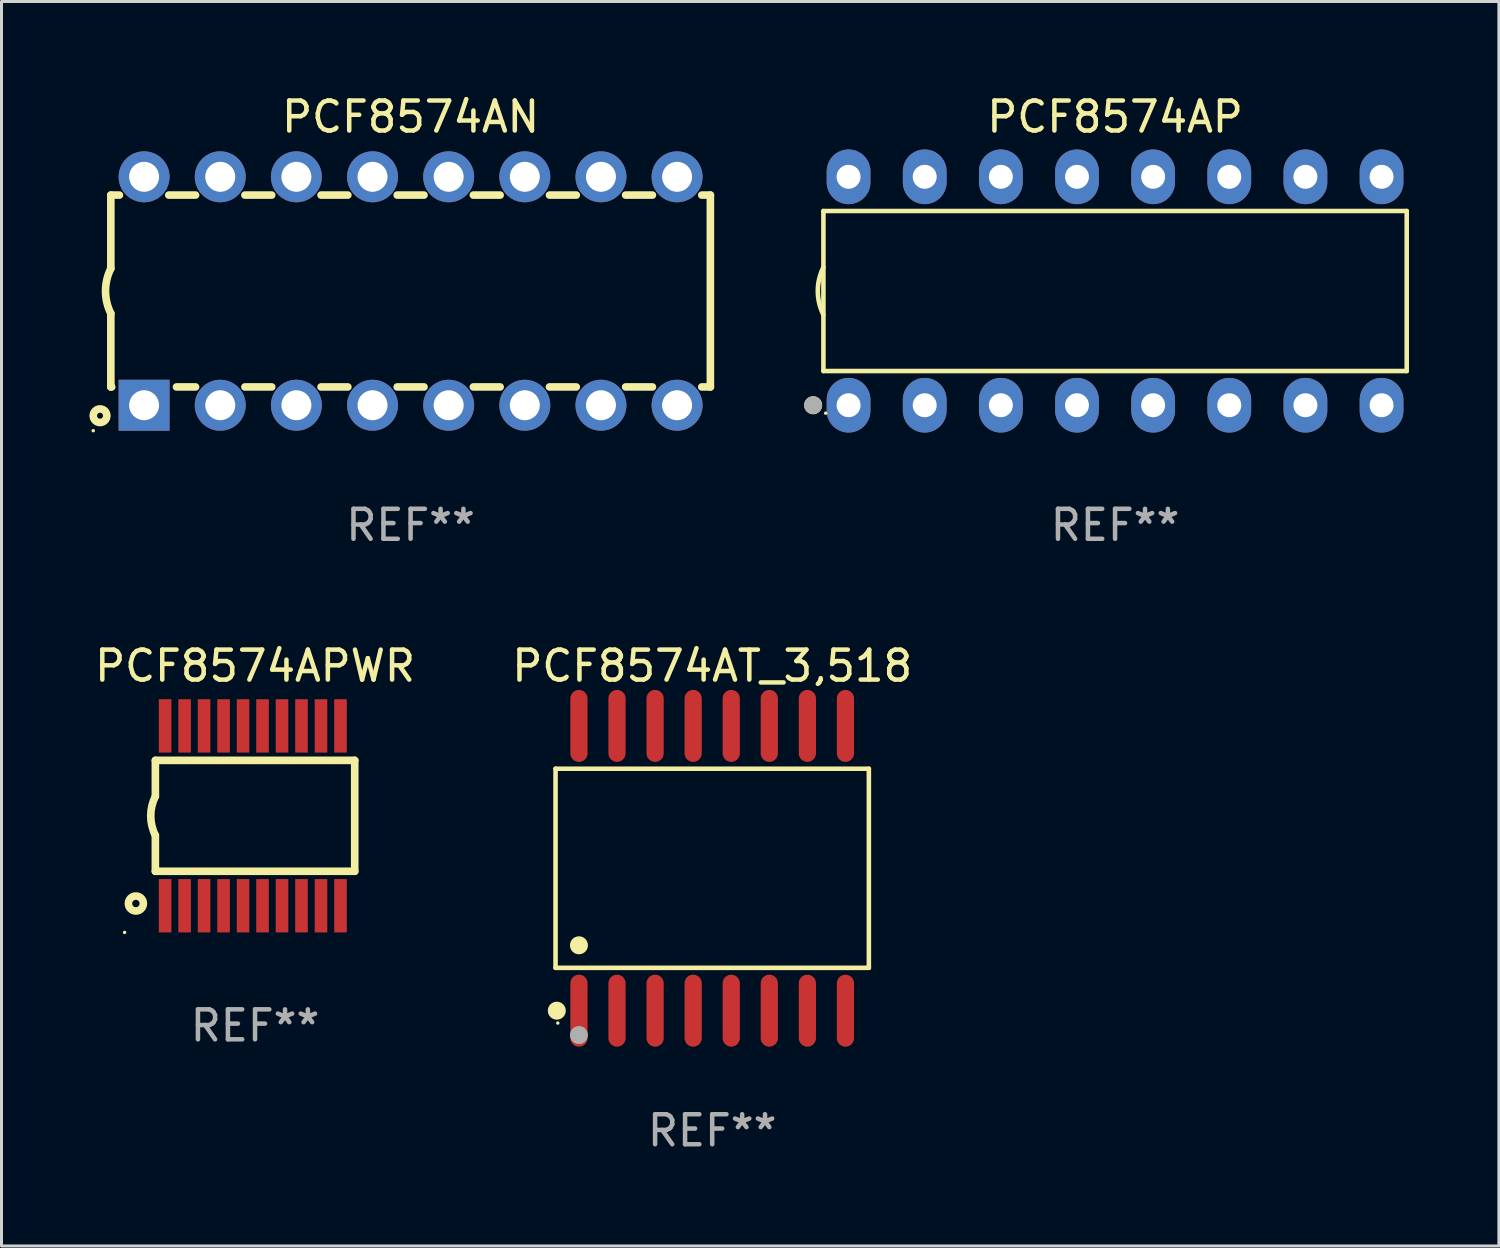
<source format=kicad_pcb>
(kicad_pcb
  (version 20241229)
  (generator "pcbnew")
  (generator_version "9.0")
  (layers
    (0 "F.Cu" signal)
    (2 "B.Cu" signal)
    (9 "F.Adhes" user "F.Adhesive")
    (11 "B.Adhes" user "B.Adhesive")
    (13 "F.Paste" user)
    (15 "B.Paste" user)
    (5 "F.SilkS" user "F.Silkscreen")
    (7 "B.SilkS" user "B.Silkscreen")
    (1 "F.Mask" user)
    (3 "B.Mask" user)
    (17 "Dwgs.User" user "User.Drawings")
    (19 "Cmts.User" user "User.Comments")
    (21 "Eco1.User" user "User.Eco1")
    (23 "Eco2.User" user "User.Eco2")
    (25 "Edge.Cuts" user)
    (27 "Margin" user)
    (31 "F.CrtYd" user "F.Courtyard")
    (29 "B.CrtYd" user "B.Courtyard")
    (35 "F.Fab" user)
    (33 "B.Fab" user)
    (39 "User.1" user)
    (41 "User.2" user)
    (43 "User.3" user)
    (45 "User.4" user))
  (footprint "PCF8574AP"
    (layer "F.Cu")
    (at 34.147 6.658)
    (property "Reference" "PCF8574AP" (at 0 -5.81 0) (layer "F.SilkS") (effects (font (size 1 1) (thickness 0.15))))
    (attr through_hole)
    (fp_line (start -9.729 -2.669) (end 9.729 -2.669) (stroke (width 0.152) (type solid)) (layer "F.SilkS"))
    (fp_line (start -9.729 2.669) (end -9.729 -2.669) (stroke (width 0.152) (type solid)) (layer "F.SilkS"))
    (fp_line (start 9.729 -2.669) (end 9.729 2.669) (stroke (width 0.152) (type solid)) (layer "F.SilkS"))
    (fp_line (start 9.729 2.669) (end -9.729 2.669) (stroke (width 0.152) (type solid)) (layer "F.SilkS"))
    (fp_arc (start -9.728727 0.793751) (mid -9.916106 0) (end -9.728727 -0.793752) (stroke (width 0.1524) (type solid)) (layer "F.SilkS"))
    (fp_circle (center -10.072 3.81) (end -9.922 3.81) (stroke (width 0.3) (type solid)) (fill no) (layer "F.SilkS"))
    (fp_circle (center -9.653 4.075) (end -9.623 4.075) (stroke (width 0.06) (type solid)) (fill no) (layer "F.SilkS"))
    (fp_circle (center -10.072 3.81) (end -9.922 3.81) (stroke (width 0.3) (type solid)) (fill no) (layer "F.Fab"))
    (fp_text user "REF**" (at 0 7.81 0) (layer "F.Fab") (effects (font (size 1 1) (thickness 0.15))))
    (pad "1" thru_hole oval (at -8.89 3.81) (size 1.46 1.825) (drill 0.8) (layers "*.Cu" "*.Mask"))
    (pad "2" thru_hole oval (at -6.35 3.81) (size 1.46 1.825) (drill 0.8) (layers "*.Cu" "*.Mask"))
    (pad "3" thru_hole oval (at -3.81 3.81) (size 1.46 1.825) (drill 0.8) (layers "*.Cu" "*.Mask"))
    (pad "4" thru_hole oval (at -1.27 3.81) (size 1.46 1.825) (drill 0.8) (layers "*.Cu" "*.Mask"))
    (pad "5" thru_hole oval (at 1.27 3.81) (size 1.46 1.825) (drill 0.8) (layers "*.Cu" "*.Mask"))
    (pad "6" thru_hole oval (at 3.81 3.81) (size 1.46 1.825) (drill 0.8) (layers "*.Cu" "*.Mask"))
    (pad "7" thru_hole oval (at 6.35 3.81) (size 1.46 1.825) (drill 0.8) (layers "*.Cu" "*.Mask"))
    (pad "8" thru_hole oval (at 8.89 3.81) (size 1.46 1.825) (drill 0.8) (layers "*.Cu" "*.Mask"))
    (pad "9" thru_hole oval (at 8.89 -3.81) (size 1.46 1.825) (drill 0.8) (layers "*.Cu" "*.Mask"))
    (pad "10" thru_hole oval (at 6.35 -3.81) (size 1.46 1.825) (drill 0.8) (layers "*.Cu" "*.Mask"))
    (pad "11" thru_hole oval (at 3.81 -3.81) (size 1.46 1.825) (drill 0.8) (layers "*.Cu" "*.Mask"))
    (pad "12" thru_hole oval (at 1.27 -3.81) (size 1.46 1.825) (drill 0.8) (layers "*.Cu" "*.Mask"))
    (pad "13" thru_hole oval (at -1.27 -3.81) (size 1.46 1.825) (drill 0.8) (layers "*.Cu" "*.Mask"))
    (pad "14" thru_hole oval (at -3.81 -3.81) (size 1.46 1.825) (drill 0.8) (layers "*.Cu" "*.Mask"))
    (pad "15" thru_hole oval (at -6.35 -3.81) (size 1.46 1.825) (drill 0.8) (layers "*.Cu" "*.Mask"))
    (pad "16" thru_hole oval (at -8.89 -3.81) (size 1.46 1.825) (drill 0.8) (layers "*.Cu" "*.Mask")))
  (footprint "PCF8574AN"
    (layer "F.Cu")
    (at 10.647 6.658)
    (property "Reference" "PCF8574AN" (at 0 -5.81 0) (layer "F.SilkS") (effects (font (size 1 1) (thickness 0.15))))
    (attr through_hole)
    (fp_line (start -10 -3.2) (end -10 -0.75) (stroke (width 0.254) (type solid)) (layer "F.SilkS"))
    (fp_line (start -10 -3.2) (end -9.713 -3.2) (stroke (width 0.254) (type solid)) (layer "F.SilkS"))
    (fp_line (start -10 3.2) (end -10 0.75) (stroke (width 0.254) (type solid)) (layer "F.SilkS"))
    (fp_line (start -10 3.2) (end -9.971 3.2) (stroke (width 0.254) (type solid)) (layer "F.SilkS"))
    (fp_line (start -8.067 -3.2) (end -7.173 -3.2) (stroke (width 0.254) (type solid)) (layer "F.SilkS"))
    (fp_line (start -7.809 3.2) (end -7.173 3.2) (stroke (width 0.254) (type solid)) (layer "F.SilkS"))
    (fp_line (start -5.527 3.2) (end -4.633 3.2) (stroke (width 0.254) (type solid)) (layer "F.SilkS"))
    (fp_line (start -5.527 -3.2) (end -4.633 -3.2) (stroke (width 0.254) (type solid)) (layer "F.SilkS"))
    (fp_line (start -2.987 3.2) (end -2.093 3.2) (stroke (width 0.254) (type solid)) (layer "F.SilkS"))
    (fp_line (start -2.987 -3.2) (end -2.093 -3.2) (stroke (width 0.254) (type solid)) (layer "F.SilkS"))
    (fp_line (start -0.447 3.2) (end 0.447 3.2) (stroke (width 0.254) (type solid)) (layer "F.SilkS"))
    (fp_line (start -0.447 -3.2) (end 0.447 -3.2) (stroke (width 0.254) (type solid)) (layer "F.SilkS"))
    (fp_line (start 2.093 3.2) (end 2.987 3.2) (stroke (width 0.254) (type solid)) (layer "F.SilkS"))
    (fp_line (start 2.093 -3.2) (end 2.987 -3.2) (stroke (width 0.254) (type solid)) (layer "F.SilkS"))
    (fp_line (start 4.633 3.2) (end 5.527 3.2) (stroke (width 0.254) (type solid)) (layer "F.SilkS"))
    (fp_line (start 4.633 -3.2) (end 5.527 -3.2) (stroke (width 0.254) (type solid)) (layer "F.SilkS"))
    (fp_line (start 7.173 3.2) (end 8.067 3.2) (stroke (width 0.254) (type solid)) (layer "F.SilkS"))
    (fp_line (start 7.173 -3.2) (end 8.067 -3.2) (stroke (width 0.254) (type solid)) (layer "F.SilkS"))
    (fp_line (start 9.713 3.2) (end 10 3.2) (stroke (width 0.254) (type solid)) (layer "F.SilkS"))
    (fp_line (start 9.713 -3.2) (end 10 -3.2) (stroke (width 0.254) (type solid)) (layer "F.SilkS"))
    (fp_line (start 10 -3.2) (end 10 3.2) (stroke (width 0.254) (type solid)) (layer "F.SilkS"))
    (fp_arc (start -10 0.748793) (mid -10.176918 -0.000607) (end -10.000025 -0.750013) (stroke (width 0.254001) (type solid)) (layer "F.SilkS"))
    (fp_circle (center -10.587 4.66) (end -10.557 4.66) (stroke (width 0.06) (type solid)) (fill no) (layer "F.SilkS"))
    (fp_circle (center -10.36 4.16) (end -10.26 4.16) (stroke (width 0.254) (type solid)) (fill no) (layer "F.SilkS"))
    (fp_text user "REF**" (at 0 7.81 0) (layer "F.Fab") (effects (font (size 1 1) (thickness 0.15))))
    (pad "1" thru_hole rect (at -8.89 3.81 90) (size 1.7 1.7) (drill 1) (layers "*.Cu" "*.Mask"))
    (pad "2" thru_hole circle (at -6.35 3.81) (size 1.7 1.7) (drill 1) (layers "*.Cu" "*.Mask"))
    (pad "3" thru_hole circle (at -3.81 3.81) (size 1.7 1.7) (drill 1) (layers "*.Cu" "*.Mask"))
    (pad "4" thru_hole circle (at -1.27 3.81) (size 1.7 1.7) (drill 1) (layers "*.Cu" "*.Mask"))
    (pad "5" thru_hole circle (at 1.27 3.81) (size 1.7 1.7) (drill 1) (layers "*.Cu" "*.Mask"))
    (pad "6" thru_hole circle (at 3.81 3.81) (size 1.7 1.7) (drill 1) (layers "*.Cu" "*.Mask"))
    (pad "7" thru_hole circle (at 6.35 3.81) (size 1.7 1.7) (drill 1) (layers "*.Cu" "*.Mask"))
    (pad "8" thru_hole circle (at 8.89 3.81) (size 1.7 1.7) (drill 1) (layers "*.Cu" "*.Mask"))
    (pad "9" thru_hole circle (at 8.89 -3.81) (size 1.7 1.7) (drill 1) (layers "*.Cu" "*.Mask"))
    (pad "10" thru_hole circle (at 6.35 -3.81) (size 1.7 1.7) (drill 1) (layers "*.Cu" "*.Mask"))
    (pad "11" thru_hole circle (at 3.81 -3.81) (size 1.7 1.7) (drill 1) (layers "*.Cu" "*.Mask"))
    (pad "12" thru_hole circle (at 1.27 -3.81) (size 1.7 1.7) (drill 1) (layers "*.Cu" "*.Mask"))
    (pad "13" thru_hole circle (at -1.27 -3.81) (size 1.7 1.7) (drill 1) (layers "*.Cu" "*.Mask"))
    (pad "14" thru_hole circle (at -3.81 -3.81) (size 1.7 1.7) (drill 1) (layers "*.Cu" "*.Mask"))
    (pad "15" thru_hole circle (at -6.35 -3.81) (size 1.7 1.7) (drill 1) (layers "*.Cu" "*.Mask"))
    (pad "16" thru_hole circle (at -8.89 -3.81) (size 1.7 1.7) (drill 1) (layers "*.Cu" "*.Mask")))
  (footprint "PCF8574AT_3,518"
    (layer "F.Cu")
    (at 20.708 25.915)
    (property "Reference" "PCF8574AT_3,518" (at 0 -6.75 0) (layer "F.SilkS") (effects (font (size 1 1) (thickness 0.15))))
    (attr through_hole)
    (fp_line (start -5.226 -3.321) (end 5.226 -3.321) (stroke (width 0.152) (type solid)) (layer "F.SilkS"))
    (fp_line (start -5.226 3.321) (end -5.226 -3.321) (stroke (width 0.152) (type solid)) (layer "F.SilkS"))
    (fp_line (start 5.226 -3.321) (end 5.226 3.321) (stroke (width 0.152) (type solid)) (layer "F.SilkS"))
    (fp_line (start 5.226 3.321) (end -5.226 3.321) (stroke (width 0.152) (type solid)) (layer "F.SilkS"))
    (fp_circle (center -5.184 4.75) (end -5.034 4.75) (stroke (width 0.3) (type solid)) (fill no) (layer "F.SilkS"))
    (fp_circle (center -5.15 5.163) (end -5.12 5.163) (stroke (width 0.06) (type solid)) (fill no) (layer "F.SilkS"))
    (fp_circle (center -4.445 2.569) (end -4.295 2.569) (stroke (width 0.3) (type solid)) (fill no) (layer "F.SilkS"))
    (fp_circle (center -4.445 5.563) (end -4.295 5.563) (stroke (width 0.3) (type solid)) (fill no) (layer "F.Fab"))
    (fp_text user "REF**" (at 0 8.75 0) (layer "F.Fab") (effects (font (size 1 1) (thickness 0.15))))
    (pad "1" smd oval (at -4.445 4.75) (size 0.574 2.401) (layers "F.Cu" "F.Mask" "F.Paste"))
    (pad "2" smd oval (at -3.175 4.75) (size 0.574 2.401) (layers "F.Cu" "F.Mask" "F.Paste"))
    (pad "3" smd oval (at -1.905 4.75) (size 0.574 2.401) (layers "F.Cu" "F.Mask" "F.Paste"))
    (pad "4" smd oval (at -0.635 4.75) (size 0.574 2.401) (layers "F.Cu" "F.Mask" "F.Paste"))
    (pad "5" smd oval (at 0.635 4.75) (size 0.574 2.401) (layers "F.Cu" "F.Mask" "F.Paste"))
    (pad "6" smd oval (at 1.905 4.75) (size 0.574 2.401) (layers "F.Cu" "F.Mask" "F.Paste"))
    (pad "7" smd oval (at 3.175 4.75) (size 0.574 2.401) (layers "F.Cu" "F.Mask" "F.Paste"))
    (pad "8" smd oval (at 4.445 4.75) (size 0.574 2.401) (layers "F.Cu" "F.Mask" "F.Paste"))
    (pad "9" smd oval (at 4.445 -4.75) (size 0.574 2.401) (layers "F.Cu" "F.Mask" "F.Paste"))
    (pad "10" smd oval (at 3.175 -4.75) (size 0.574 2.401) (layers "F.Cu" "F.Mask" "F.Paste"))
    (pad "11" smd oval (at 1.905 -4.75) (size 0.574 2.401) (layers "F.Cu" "F.Mask" "F.Paste"))
    (pad "12" smd oval (at 0.635 -4.75) (size 0.574 2.401) (layers "F.Cu" "F.Mask" "F.Paste"))
    (pad "13" smd oval (at -0.635 -4.75) (size 0.574 2.401) (layers "F.Cu" "F.Mask" "F.Paste"))
    (pad "14" smd oval (at -1.905 -4.75) (size 0.574 2.401) (layers "F.Cu" "F.Mask" "F.Paste"))
    (pad "15" smd oval (at -3.175 -4.75) (size 0.574 2.401) (layers "F.Cu" "F.Mask" "F.Paste"))
    (pad "16" smd oval (at -4.445 -4.75) (size 0.574 2.401) (layers "F.Cu" "F.Mask" "F.Paste")))
  (footprint "PCF8574APWR"
    (layer "F.Cu")
    (at 5.458 24.165)
    (property "Reference" "PCF8574APWR" (at 0 -5 0) (layer "F.SilkS") (effects (font (size 1 1) (thickness 0.15))))
    (attr through_hole)
    (fp_line (start -3.325 -1.85) (end -3.325 -0.65) (stroke (width 0.254) (type solid)) (layer "F.SilkS"))
    (fp_line (start -3.325 1.85) (end -3.325 0.65) (stroke (width 0.254) (type solid)) (layer "F.SilkS"))
    (fp_line (start 3.325 -1.85) (end -3.325 -1.85) (stroke (width 0.254) (type solid)) (layer "F.SilkS"))
    (fp_line (start 3.325 -1.85) (end 3.325 1.85) (stroke (width 0.254) (type solid)) (layer "F.SilkS"))
    (fp_line (start 3.325 1.85) (end -3.325 1.85) (stroke (width 0.254) (type solid)) (layer "F.SilkS"))
    (fp_arc (start -3.3262 0.650241) (mid -3.479255 -0.000017) (end -3.324981 -0.649987) (stroke (width 0.254001) (type solid)) (layer "F.SilkS"))
    (fp_circle (center -4.352 3.89) (end -4.322 3.89) (stroke (width 0.06) (type solid)) (fill no) (layer "F.SilkS"))
    (fp_circle (center -3.975 2.925) (end -3.725 2.925) (stroke (width 0.254) (type solid)) (fill no) (layer "F.SilkS"))
    (fp_text user "REF**" (at 0 7 0) (layer "F.Fab") (effects (font (size 1 1) (thickness 0.15))))
    (pad "1" smd rect (at -3 3 90) (size 1.78 0.42) (layers "F.Cu" "F.Mask" "F.Paste"))
    (pad "2" smd rect (at -2.35 3 90) (size 1.78 0.42) (layers "F.Cu" "F.Mask" "F.Paste"))
    (pad "3" smd rect (at -1.7 3 90) (size 1.78 0.42) (layers "F.Cu" "F.Mask" "F.Paste"))
    (pad "4" smd rect (at -1.05 3 90) (size 1.78 0.42) (layers "F.Cu" "F.Mask" "F.Paste"))
    (pad "5" smd rect (at -0.4 3 90) (size 1.78 0.42) (layers "F.Cu" "F.Mask" "F.Paste"))
    (pad "6" smd rect (at 0.25 3 90) (size 1.78 0.42) (layers "F.Cu" "F.Mask" "F.Paste"))
    (pad "7" smd rect (at 0.9 3 90) (size 1.78 0.42) (layers "F.Cu" "F.Mask" "F.Paste"))
    (pad "8" smd rect (at 1.55 3 90) (size 1.78 0.42) (layers "F.Cu" "F.Mask" "F.Paste"))
    (pad "9" smd rect (at 2.2 3 90) (size 1.78 0.42) (layers "F.Cu" "F.Mask" "F.Paste"))
    (pad "10" smd rect (at 2.85 3 90) (size 1.78 0.42) (layers "F.Cu" "F.Mask" "F.Paste"))
    (pad "11" smd rect (at 2.85 -3 90) (size 1.78 0.42) (layers "F.Cu" "F.Mask" "F.Paste"))
    (pad "12" smd rect (at 2.2 -3 90) (size 1.78 0.42) (layers "F.Cu" "F.Mask" "F.Paste"))
    (pad "13" smd rect (at 1.55 -3 90) (size 1.78 0.42) (layers "F.Cu" "F.Mask" "F.Paste"))
    (pad "14" smd rect (at 0.9 -3 90) (size 1.78 0.42) (layers "F.Cu" "F.Mask" "F.Paste"))
    (pad "15" smd rect (at 0.25 -3 90) (size 1.78 0.42) (layers "F.Cu" "F.Mask" "F.Paste"))
    (pad "16" smd rect (at -0.4 -3 90) (size 1.78 0.42) (layers "F.Cu" "F.Mask" "F.Paste"))
    (pad "17" smd rect (at -1.05 -3 90) (size 1.78 0.42) (layers "F.Cu" "F.Mask" "F.Paste"))
    (pad "18" smd rect (at -1.7 -3 90) (size 1.78 0.42) (layers "F.Cu" "F.Mask" "F.Paste"))
    (pad "19" smd rect (at -2.35 -3 90) (size 1.78 0.42) (layers "F.Cu" "F.Mask" "F.Paste"))
    (pad "20" smd rect (at -3 -3 90) (size 1.78 0.42) (layers "F.Cu" "F.Mask" "F.Paste")))
  (gr_rect
    (start -3 -3)
    (end 46.951 38.514)
    (stroke (width 0.1) (type default))
    (fill no)
    (layer "Edge.Cuts")))
</source>
